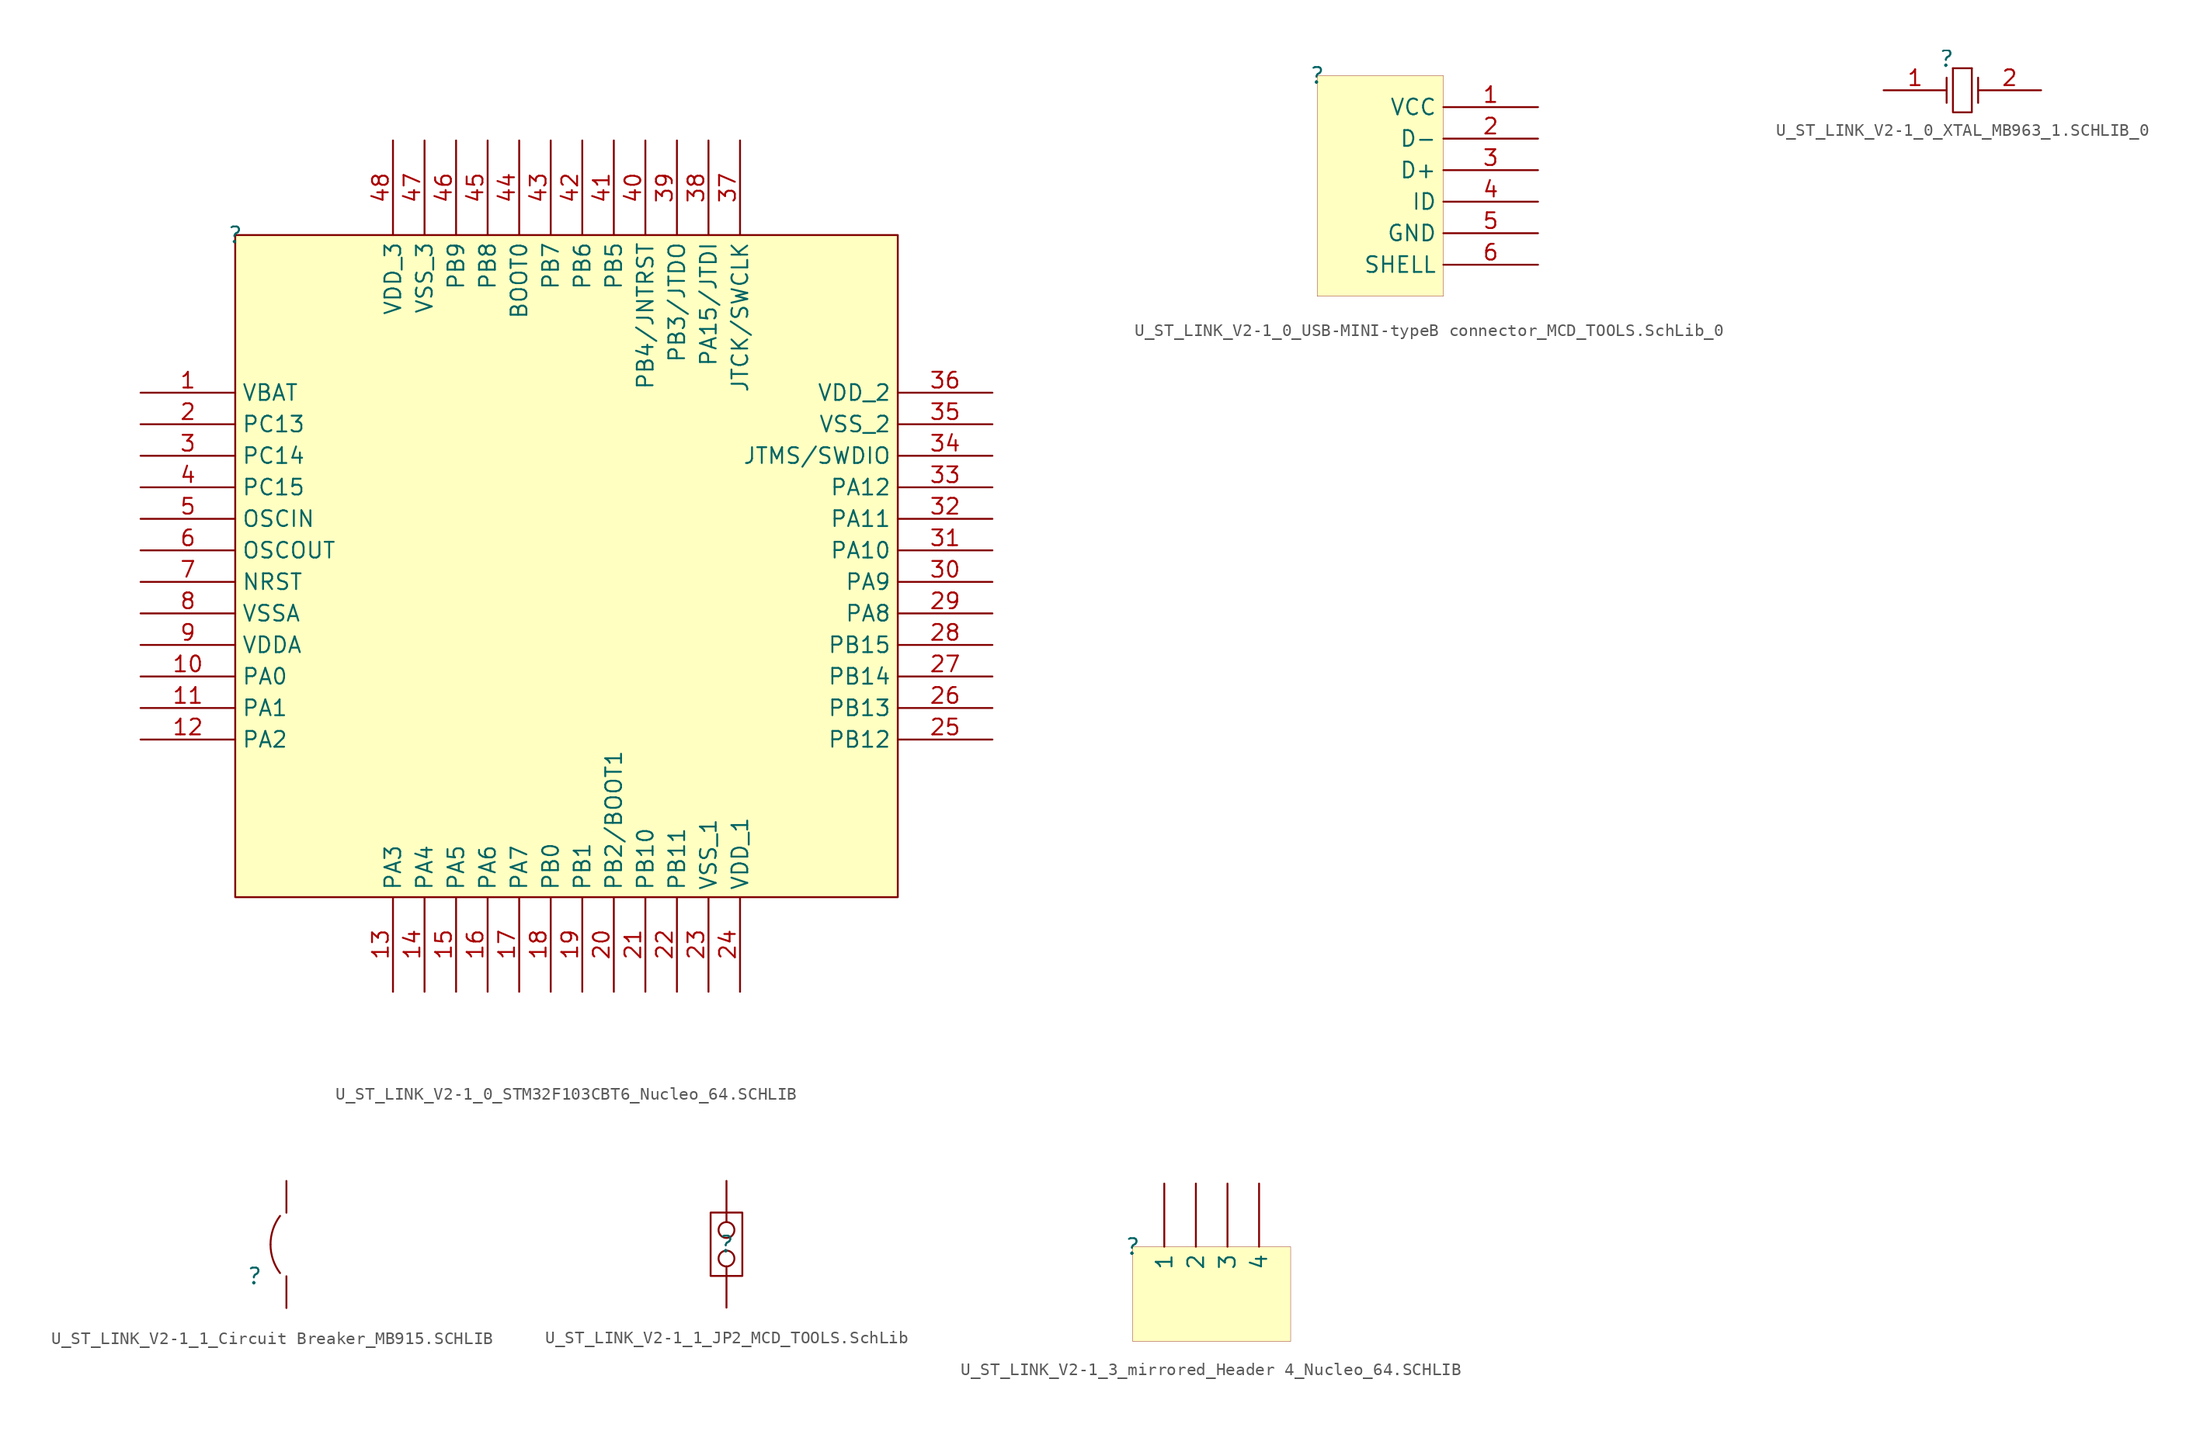
<source format=kicad_sym>
(kicad_symbol_lib
  (version 20241209)
  (generator "kicad_symbol_editor")
  (generator_version "9.0")
  (symbol "U_ST_LINK_V2-1_0_STM32F103CBT6_Nucleo_64.SCHLIB"
    (property "Reference" ""
      (at 0 0 0)
      (effects (font (size 1.27 1.27))))
    (property "Value" ""
      (at 0 0 0)
      (effects (font (size 1.27 1.27))))
    (symbol "U_ST_LINK_V2-1_0_STM32F103CBT6_Nucleo_64.SCHLIB_1_0"
      (rectangle (start 53.34 0) (end 0 -53.34) (stroke (width 0) (type solid) (color 128 0 0 1)) (fill (type background)))
      (pin power_in line (at -7.62 -12.7 0) (length 7.62) (name "VBAT" (effects (font (size 1.27 1.27)))) (number "1" (effects (font (size 1.27 1.27)))))
      (pin bidirectional line (at -7.62 -15.24 0) (length 7.62) (name "PC13" (effects (font (size 1.27 1.27)))) (number "2" (effects (font (size 1.27 1.27)))))
      (pin bidirectional line (at -7.62 -17.78 0) (length 7.62) (name "PC14" (effects (font (size 1.27 1.27)))) (number "3" (effects (font (size 1.27 1.27)))))
      (pin bidirectional line (at -7.62 -20.32 0) (length 7.62) (name "PC15" (effects (font (size 1.27 1.27)))) (number "4" (effects (font (size 1.27 1.27)))))
      (pin input line (at -7.62 -22.86 0) (length 7.62) (name "OSCIN" (effects (font (size 1.27 1.27)))) (number "5" (effects (font (size 1.27 1.27)))))
      (pin output line (at -7.62 -25.4 0) (length 7.62) (name "OSCOUT" (effects (font (size 1.27 1.27)))) (number "6" (effects (font (size 1.27 1.27)))))
      (pin input line (at -7.62 -27.94 0) (length 7.62) (name "NRST" (effects (font (size 1.27 1.27)))) (number "7" (effects (font (size 1.27 1.27)))))
      (pin power_in line (at -7.62 -30.48 0) (length 7.62) (name "VSSA" (effects (font (size 1.27 1.27)))) (number "8" (effects (font (size 1.27 1.27)))))
      (pin power_in line (at -7.62 -33.02 0) (length 7.62) (name "VDDA" (effects (font (size 1.27 1.27)))) (number "9" (effects (font (size 1.27 1.27)))))
      (pin bidirectional line (at -7.62 -35.56 0) (length 7.62) (name "PA0" (effects (font (size 1.27 1.27)))) (number "10" (effects (font (size 1.27 1.27)))))
      (pin bidirectional line (at -7.62 -38.1 0) (length 7.62) (name "PA1" (effects (font (size 1.27 1.27)))) (number "11" (effects (font (size 1.27 1.27)))))
      (pin bidirectional line (at -7.62 -40.64 0) (length 7.62) (name "PA2" (effects (font (size 1.27 1.27)))) (number "12" (effects (font (size 1.27 1.27)))))
      (pin power_in line (at 12.7 7.62 270) (length 7.62) (name "VDD_3" (effects (font (size 1.27 1.27)))) (number "48" (effects (font (size 1.27 1.27)))))
      (pin bidirectional line (at 12.7 -60.96 90) (length 7.62) (name "PA3" (effects (font (size 1.27 1.27)))) (number "13" (effects (font (size 1.27 1.27)))))
      (pin power_in line (at 15.24 7.62 270) (length 7.62) (name "VSS_3" (effects (font (size 1.27 1.27)))) (number "47" (effects (font (size 1.27 1.27)))))
      (pin bidirectional line (at 15.24 -60.96 90) (length 7.62) (name "PA4" (effects (font (size 1.27 1.27)))) (number "14" (effects (font (size 1.27 1.27)))))
      (pin bidirectional line (at 17.78 7.62 270) (length 7.62) (name "PB9" (effects (font (size 1.27 1.27)))) (number "46" (effects (font (size 1.27 1.27)))))
      (pin bidirectional line (at 17.78 -60.96 90) (length 7.62) (name "PA5" (effects (font (size 1.27 1.27)))) (number "15" (effects (font (size 1.27 1.27)))))
      (pin bidirectional line (at 20.32 7.62 270) (length 7.62) (name "PB8" (effects (font (size 1.27 1.27)))) (number "45" (effects (font (size 1.27 1.27)))))
      (pin bidirectional line (at 20.32 -60.96 90) (length 7.62) (name "PA6" (effects (font (size 1.27 1.27)))) (number "16" (effects (font (size 1.27 1.27)))))
      (pin bidirectional line (at 22.86 7.62 270) (length 7.62) (name "BOOT0" (effects (font (size 1.27 1.27)))) (number "44" (effects (font (size 1.27 1.27)))))
      (pin bidirectional line (at 22.86 -60.96 90) (length 7.62) (name "PA7" (effects (font (size 1.27 1.27)))) (number "17" (effects (font (size 1.27 1.27)))))
      (pin bidirectional line (at 25.4 7.62 270) (length 7.62) (name "PB7" (effects (font (size 1.27 1.27)))) (number "43" (effects (font (size 1.27 1.27)))))
      (pin bidirectional line (at 25.4 -60.96 90) (length 7.62) (name "PB0" (effects (font (size 1.27 1.27)))) (number "18" (effects (font (size 1.27 1.27)))))
      (pin bidirectional line (at 27.94 7.62 270) (length 7.62) (name "PB6" (effects (font (size 1.27 1.27)))) (number "42" (effects (font (size 1.27 1.27)))))
      (pin input line (at 27.94 -60.96 90) (length 7.62) (name "PB1" (effects (font (size 1.27 1.27)))) (number "19" (effects (font (size 1.27 1.27)))))
      (pin bidirectional line (at 30.48 7.62 270) (length 7.62) (name "PB5" (effects (font (size 1.27 1.27)))) (number "41" (effects (font (size 1.27 1.27)))))
      (pin bidirectional line (at 30.48 -60.96 90) (length 7.62) (name "PB2/BOOT1" (effects (font (size 1.27 1.27)))) (number "20" (effects (font (size 1.27 1.27)))))
      (pin bidirectional line (at 33.02 7.62 270) (length 7.62) (name "PB4/JNTRST" (effects (font (size 1.27 1.27)))) (number "40" (effects (font (size 1.27 1.27)))))
      (pin bidirectional line (at 33.02 -60.96 90) (length 7.62) (name "PB10" (effects (font (size 1.27 1.27)))) (number "21" (effects (font (size 1.27 1.27)))))
      (pin bidirectional line (at 35.56 7.62 270) (length 7.62) (name "PB3/JTDO" (effects (font (size 1.27 1.27)))) (number "39" (effects (font (size 1.27 1.27)))))
      (pin bidirectional line (at 35.56 -60.96 90) (length 7.62) (name "PB11" (effects (font (size 1.27 1.27)))) (number "22" (effects (font (size 1.27 1.27)))))
      (pin bidirectional line (at 38.1 7.62 270) (length 7.62) (name "PA15/JTDI" (effects (font (size 1.27 1.27)))) (number "38" (effects (font (size 1.27 1.27)))))
      (pin power_in line (at 38.1 -60.96 90) (length 7.62) (name "VSS_1" (effects (font (size 1.27 1.27)))) (number "23" (effects (font (size 1.27 1.27)))))
      (pin bidirectional line (at 40.64 7.62 270) (length 7.62) (name "JTCK/SWCLK" (effects (font (size 1.27 1.27)))) (number "37" (effects (font (size 1.27 1.27)))))
      (pin power_in line (at 40.64 -60.96 90) (length 7.62) (name "VDD_1" (effects (font (size 1.27 1.27)))) (number "24" (effects (font (size 1.27 1.27)))))
      (pin power_in line (at 60.96 -12.7 180) (length 7.62) (name "VDD_2" (effects (font (size 1.27 1.27)))) (number "36" (effects (font (size 1.27 1.27)))))
      (pin power_in line (at 60.96 -15.24 180) (length 7.62) (name "VSS_2" (effects (font (size 1.27 1.27)))) (number "35" (effects (font (size 1.27 1.27)))))
      (pin bidirectional line (at 60.96 -17.78 180) (length 7.62) (name "JTMS/SWDIO" (effects (font (size 1.27 1.27)))) (number "34" (effects (font (size 1.27 1.27)))))
      (pin bidirectional line (at 60.96 -20.32 180) (length 7.62) (name "PA12" (effects (font (size 1.27 1.27)))) (number "33" (effects (font (size 1.27 1.27)))))
      (pin bidirectional line (at 60.96 -22.86 180) (length 7.62) (name "PA11" (effects (font (size 1.27 1.27)))) (number "32" (effects (font (size 1.27 1.27)))))
      (pin bidirectional line (at 60.96 -25.4 180) (length 7.62) (name "PA10" (effects (font (size 1.27 1.27)))) (number "31" (effects (font (size 1.27 1.27)))))
      (pin bidirectional line (at 60.96 -27.94 180) (length 7.62) (name "PA9" (effects (font (size 1.27 1.27)))) (number "30" (effects (font (size 1.27 1.27)))))
      (pin bidirectional line (at 60.96 -30.48 180) (length 7.62) (name "PA8" (effects (font (size 1.27 1.27)))) (number "29" (effects (font (size 1.27 1.27)))))
      (pin bidirectional line (at 60.96 -33.02 180) (length 7.62) (name "PB15" (effects (font (size 1.27 1.27)))) (number "28" (effects (font (size 1.27 1.27)))))
      (pin bidirectional line (at 60.96 -35.56 180) (length 7.62) (name "PB14" (effects (font (size 1.27 1.27)))) (number "27" (effects (font (size 1.27 1.27)))))
      (pin bidirectional line (at 60.96 -38.1 180) (length 7.62) (name "PB13" (effects (font (size 1.27 1.27)))) (number "26" (effects (font (size 1.27 1.27)))))
      (pin bidirectional line (at 60.96 -40.64 180) (length 7.62) (name "PB12" (effects (font (size 1.27 1.27)))) (number "25" (effects (font (size 1.27 1.27)))))))
  (symbol "U_ST_LINK_V2-1_0_USB-MINI-typeB connector_MCD_TOOLS.SchLib_0"
    (property "Reference" ""
      (at 0 0 0)
      (effects (font (size 1.27 1.27))))
    (property "Value" ""
      (at 0 0 0)
      (effects (font (size 1.27 1.27))))
    (symbol "U_ST_LINK_V2-1_0_USB-MINI-typeB connector_MCD_TOOLS.SchLib_0_1_0"
      (rectangle (start 10.16 0) (end 0 -17.78) (stroke (width 0.025) (type solid) (color 128 0 0 1)) (fill (type background)))
      (pin power_in line (at 17.78 -2.54 180) (length 7.62) (name "VCC" (effects (font (size 1.27 1.27)))) (number "1" (effects (font (size 1.27 1.27)))))
      (pin bidirectional line (at 17.78 -5.08 180) (length 7.62) (name "D-" (effects (font (size 1.27 1.27)))) (number "2" (effects (font (size 1.27 1.27)))))
      (pin bidirectional line (at 17.78 -7.62 180) (length 7.62) (name "D+" (effects (font (size 1.27 1.27)))) (number "3" (effects (font (size 1.27 1.27)))))
      (pin input line (at 17.78 -10.16 180) (length 7.62) (name "ID" (effects (font (size 1.27 1.27)))) (number "4" (effects (font (size 1.27 1.27)))))
      (pin power_in line (at 17.78 -12.7 180) (length 7.62) (name "GND" (effects (font (size 1.27 1.27)))) (number "5" (effects (font (size 1.27 1.27)))))
      (pin power_in line (at 17.78 -15.24 180) (length 7.62) (name "SHELL" (effects (font (size 1.27 1.27)))) (number "6" (effects (font (size 1.27 1.27)))))))
  (symbol "U_ST_LINK_V2-1_0_XTAL_MB963_1.SCHLIB_0"
    (pin_names
      (hide yes))
    (property "Reference" ""
      (at 0 0 0)
      (effects (font (size 1.27 1.27))))
    (property "Value" ""
      (at 0 0 0)
      (effects (font (size 1.27 1.27))))
    (symbol "U_ST_LINK_V2-1_0_XTAL_MB963_1.SCHLIB_0_1_0"
      (polyline (pts (xy 0 -1.524) (xy 0 -3.556)) (stroke (width 0) (type solid)) (fill (type none)))
      (polyline (pts (xy 0.508 -0.762) (xy 2.032 -0.762)) (stroke (width 0) (type solid)) (fill (type none)))
      (polyline (pts (xy 2.032 -0.762) (xy 2.032 -4.318) (xy 0.508 -4.318) (xy 0.508 -0.762)) (stroke (width 0) (type solid)) (fill (type none)))
      (polyline (pts (xy 2.54 -1.524) (xy 2.54 -3.556)) (stroke (width 0) (type solid)) (fill (type none)))
      (pin passive line (at -5.08 -2.54 0) (length 5.08) (name "OSC1" (effects (font (size 1.27 1.27)))) (number "1" (effects (font (size 1.27 1.27)))))
      (pin passive line (at 7.62 -2.54 180) (length 5.08) (name "OSC2" (effects (font (size 1.27 1.27)))) (number "2" (effects (font (size 1.27 1.27)))))))
  (symbol "U_ST_LINK_V2-1_1_Circuit Breaker_MB915.SCHLIB"
    (pin_numbers
      (hide yes))
    (pin_names
      (hide yes))
    (property "Reference" ""
      (at 0 0 0)
      (effects (font (size 1.27 1.27))))
    (property "Value" ""
      (at 0 0 0)
      (effects (font (size 1.27 1.27))))
    (symbol "U_ST_LINK_V2-1_1_Circuit Breaker_MB915.SCHLIB_1_0"
      (arc (start 1.27 2.54) (mid 1.4655 3.7448) (end 2.032 4.826) (stroke (width 0) (type solid)) (fill (type none)))
      (arc (start 2.032 0.254) (mid 1.4655 1.3352) (end 1.27 2.54) (stroke (width 0) (type solid)) (fill (type none)))
      (pin passive line (at 2.54 7.62 270) (length 2.54) (name "2" (effects (font (size 1.27 1.27)))) (number "2" (effects (font (size 1.27 1.27)))))
      (pin passive line (at 2.54 -2.54 90) (length 2.54) (name "1" (effects (font (size 1.27 1.27)))) (number "1" (effects (font (size 1.27 1.27)))))))
  (symbol "U_ST_LINK_V2-1_1_JP2_MCD_TOOLS.SchLib"
    (pin_numbers
      (hide yes))
    (pin_names
      (hide yes))
    (property "Reference" ""
      (at 0 0 0)
      (effects (font (size 1.27 1.27))))
    (property "Value" ""
      (at 0 0 0)
      (effects (font (size 1.27 1.27))))
    (symbol "U_ST_LINK_V2-1_1_JP2_MCD_TOOLS.SchLib_1_0"
      (polyline (pts (xy -1.27 -2.54) (xy -1.27 2.54) (xy 1.27 2.54) (xy 1.27 -2.54) (xy -1.27 -2.54)) (stroke (width 0) (type solid)) (fill (type none)))
      (pin passive inverted (at 0 5.08 270) (length 4.572) (name "NO" (effects (font (size 1.27 1.27)))) (number "2" (effects (font (size 1.27 1.27)))))
      (pin passive inverted (at 0 -5.08 90) (length 4.572) (name "COMMON" (effects (font (size 1.27 1.27)))) (number "1" (effects (font (size 1.27 1.27)))))))
  (symbol "U_ST_LINK_V2-1_3_mirrored_Header 4_Nucleo_64.SCHLIB"
    (pin_numbers
      (hide yes))
    (property "Reference" ""
      (at 0 0 0)
      (effects (font (size 1.27 1.27))))
    (property "Value" ""
      (at 0 0 0)
      (effects (font (size 1.27 1.27))))
    (symbol "U_ST_LINK_V2-1_3_mirrored_Header 4_Nucleo_64.SCHLIB_1_0"
      (rectangle (start 12.7 0) (end 0 -7.62) (stroke (width 0.025) (type solid) (color 128 0 0 1)) (fill (type background)))
      (pin passive line (at 2.54 5.08 270) (length 5.08) (name "1" (effects (font (size 1.27 1.27)))) (number "1" (effects (font (size 1.27 1.27)))))
      (pin passive line (at 5.08 5.08 270) (length 5.08) (name "2" (effects (font (size 1.27 1.27)))) (number "2" (effects (font (size 1.27 1.27)))))
      (pin passive line (at 7.62 5.08 270) (length 5.08) (name "3" (effects (font (size 1.27 1.27)))) (number "3" (effects (font (size 1.27 1.27)))))
      (pin passive line (at 10.16 5.08 270) (length 5.08) (name "4" (effects (font (size 1.27 1.27)))) (number "4" (effects (font (size 1.27 1.27))))))))
</source>
